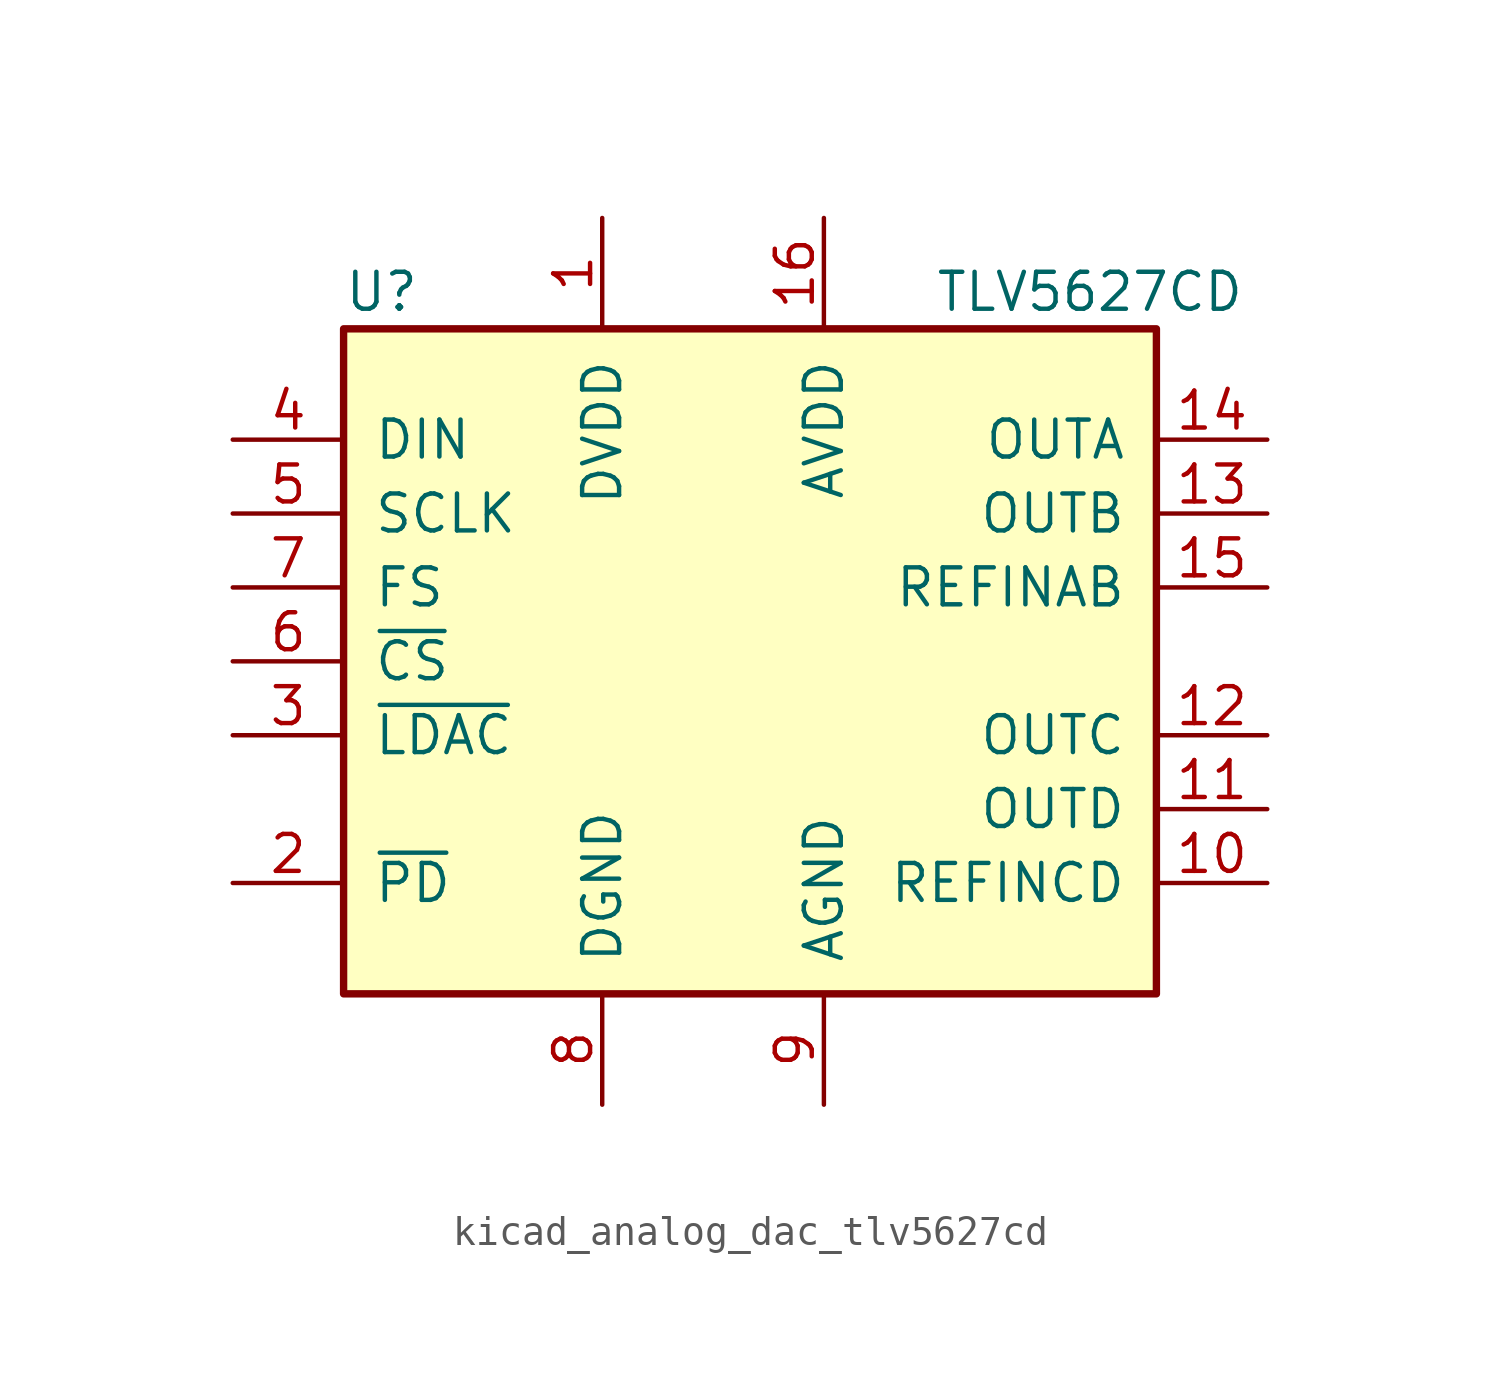
<source format=kicad_sym>
(kicad_symbol_lib
  (version 20220914)
  (generator kicad_symbol_editor)
  (symbol "kicad_analog_dac_tlv5627cd"
    (pin_names
      (offset 1.016))
    (property "Reference" "U"
      (at -13.97 12.7 0)
      (effects (font (size 1.27 1.27)) (justify left)))
    (property "Value" "TLV5627CD"
      (at 6.35 12.7 0)
      (effects (font (size 1.27 1.27)) (justify left)))
    (symbol "kicad_analog_dac_tlv5627cd_0_1"
      (rectangle (start -13.97 11.43) (end 13.97 -11.43) (stroke (width 0.254) (type default)) (fill (type background))))
    (symbol "kicad_analog_dac_tlv5627cd_1_1"
      (pin power_in line (at -5.08 15.24 270) (length 3.81) (name "DVDD" (effects (font (size 1.27 1.27)))) (number "1" (effects (font (size 1.27 1.27)))))
      (pin input line (at 17.78 -7.62 180) (length 3.81) (name "REFINCD" (effects (font (size 1.27 1.27)))) (number "10" (effects (font (size 1.27 1.27)))))
      (pin output line (at 17.78 -5.08 180) (length 3.81) (name "OUTD" (effects (font (size 1.27 1.27)))) (number "11" (effects (font (size 1.27 1.27)))))
      (pin output line (at 17.78 -2.54 180) (length 3.81) (name "OUTC" (effects (font (size 1.27 1.27)))) (number "12" (effects (font (size 1.27 1.27)))))
      (pin output line (at 17.78 5.08 180) (length 3.81) (name "OUTB" (effects (font (size 1.27 1.27)))) (number "13" (effects (font (size 1.27 1.27)))))
      (pin output line (at 17.78 7.62 180) (length 3.81) (name "OUTA" (effects (font (size 1.27 1.27)))) (number "14" (effects (font (size 1.27 1.27)))))
      (pin input line (at 17.78 2.54 180) (length 3.81) (name "REFINAB" (effects (font (size 1.27 1.27)))) (number "15" (effects (font (size 1.27 1.27)))))
      (pin power_in line (at 2.54 15.24 270) (length 3.81) (name "AVDD" (effects (font (size 1.27 1.27)))) (number "16" (effects (font (size 1.27 1.27)))))
      (pin input line (at -17.78 -7.62 0) (length 3.81) (name "~{PD}" (effects (font (size 1.27 1.27)))) (number "2" (effects (font (size 1.27 1.27)))))
      (pin input line (at -17.78 -2.54 0) (length 3.81) (name "~{LDAC}" (effects (font (size 1.27 1.27)))) (number "3" (effects (font (size 1.27 1.27)))))
      (pin input line (at -17.78 7.62 0) (length 3.81) (name "DIN" (effects (font (size 1.27 1.27)))) (number "4" (effects (font (size 1.27 1.27)))))
      (pin input line (at -17.78 5.08 0) (length 3.81) (name "SCLK" (effects (font (size 1.27 1.27)))) (number "5" (effects (font (size 1.27 1.27)))))
      (pin input line (at -17.78 0 0) (length 3.81) (name "~{CS}" (effects (font (size 1.27 1.27)))) (number "6" (effects (font (size 1.27 1.27)))))
      (pin input line (at -17.78 2.54 0) (length 3.81) (name "FS" (effects (font (size 1.27 1.27)))) (number "7" (effects (font (size 1.27 1.27)))))
      (pin power_in line (at -5.08 -15.24 90) (length 3.81) (name "DGND" (effects (font (size 1.27 1.27)))) (number "8" (effects (font (size 1.27 1.27)))))
      (pin power_in line (at 2.54 -15.24 90) (length 3.81) (name "AGND" (effects (font (size 1.27 1.27)))) (number "9" (effects (font (size 1.27 1.27))))))))
</source>
